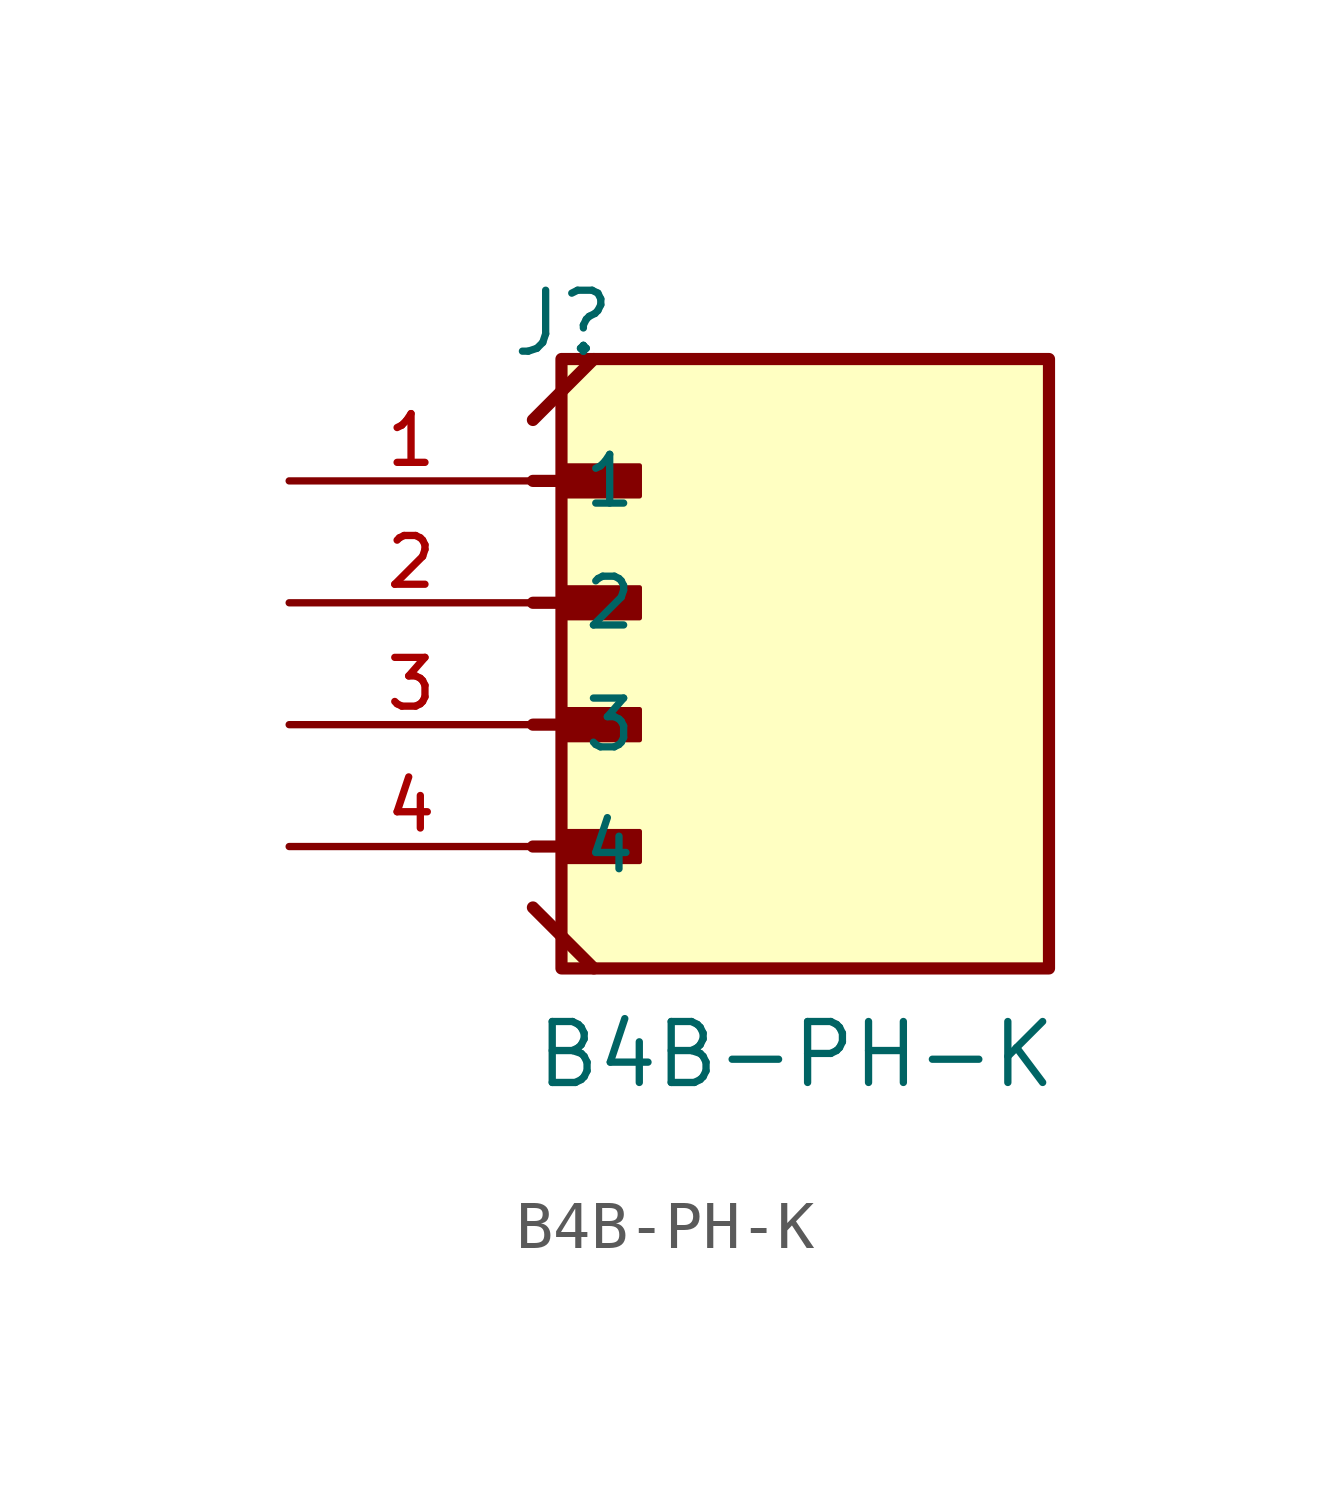
<source format=kicad_sym>
(kicad_symbol_lib
  (version 20211014)
  (generator kicad_symbol_editor)
  (symbol "B4B-PH-K"
    (pin_names
      (offset 1.016))
    (property "Reference" "J"
      (at -5.58 7.62 0)
      (effects (font (size 1.27 1.27)) (justify bottom left)))
    (property "Value" "B4B-PH-K"
      (at -5.08 -7.62 0)
      (effects (font (size 1.27 1.27)) (justify bottom left)))
    (symbol "B4B-PH-K_0_0"
      (polyline (pts (xy -5.08 5.08) (xy -3.175 5.08)) (stroke (width 0.254)))
      (rectangle (start -4.445 4.763) (end -2.857 5.397) (stroke (width 0.1)) (fill (type outline)))
      (polyline (pts (xy -5.08 2.54) (xy -3.175 2.54)) (stroke (width 0.254)))
      (rectangle (start -4.445 2.223) (end -2.857 2.857) (stroke (width 0.1)) (fill (type outline)))
      (polyline (pts (xy -5.08 0.0) (xy -3.175 0.0)) (stroke (width 0.254)))
      (rectangle (start -4.445 -0.318) (end -2.857 0.318) (stroke (width 0.1)) (fill (type outline)))
      (polyline (pts (xy -5.08 -2.54) (xy -3.175 -2.54)) (stroke (width 0.254)))
      (rectangle (start -4.445 -2.857) (end -2.857 -2.223) (stroke (width 0.1)) (fill (type outline)))
      (polyline (pts (xy -5.08 -3.81) (xy -3.81 -5.08)) (stroke (width 0.254)))
      (polyline (pts (xy -5.08 6.35) (xy -3.81 7.62)) (stroke (width 0.254)))
      (rectangle (start -4.485 -5.08) (end 5.675 7.62) (stroke (width 0.254)) (fill (type background)))
      (pin passive line (at -10.16 5.08 0) (length 5.08) (name "1" (effects (font (size 1.016 1.016)))) (number "1" (effects (font (size 1.016 1.016)))))
      (pin passive line (at -10.16 2.54 0) (length 5.08) (name "2" (effects (font (size 1.016 1.016)))) (number "2" (effects (font (size 1.016 1.016)))))
      (pin passive line (at -10.16 0.0 0) (length 5.08) (name "3" (effects (font (size 1.016 1.016)))) (number "3" (effects (font (size 1.016 1.016)))))
      (pin passive line (at -10.16 -2.54 0) (length 5.08) (name "4" (effects (font (size 1.016 1.016)))) (number "4" (effects (font (size 1.016 1.016))))))))
</source>
